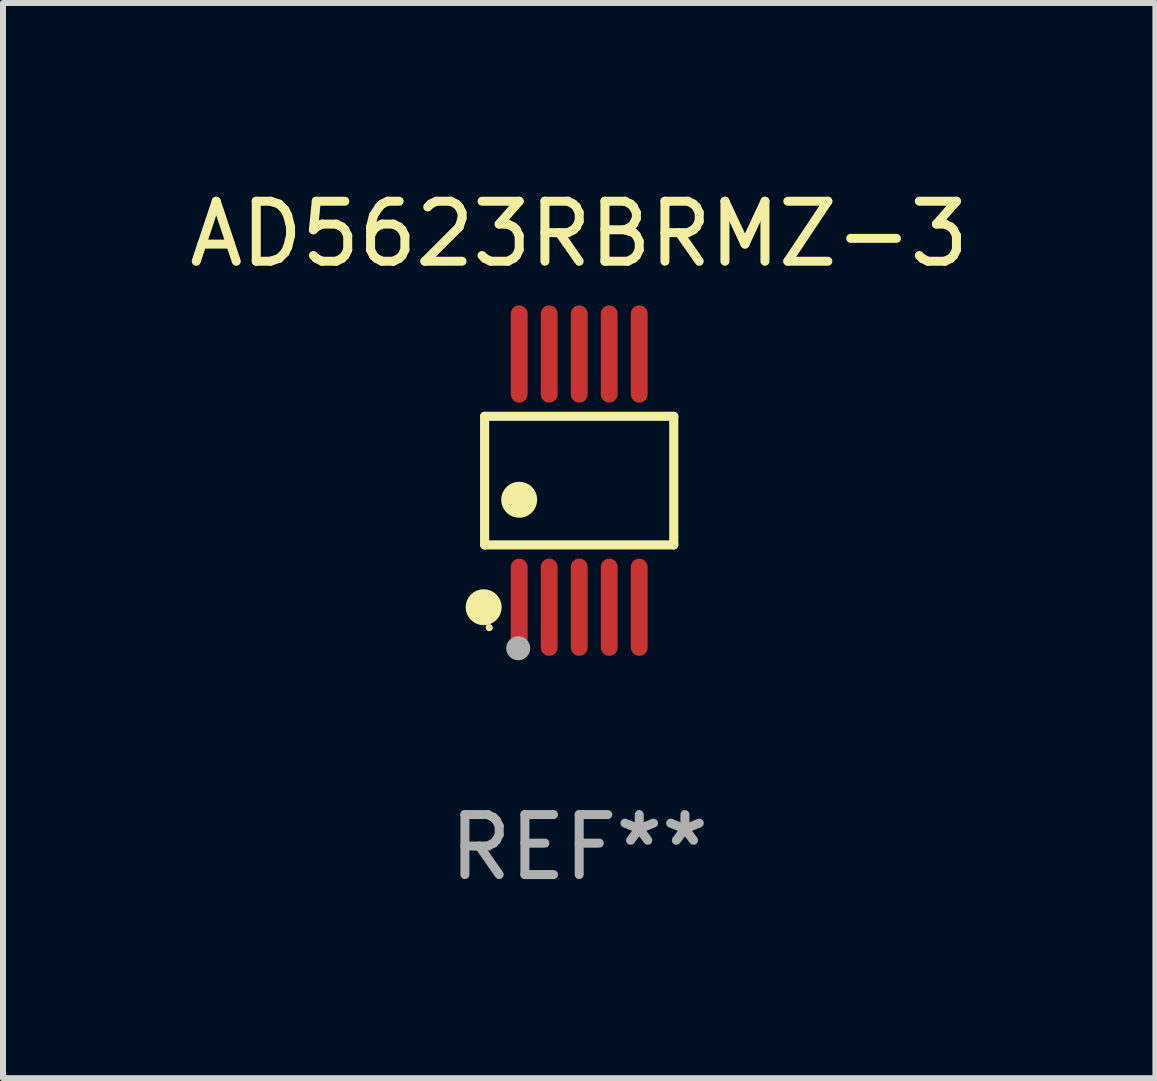
<source format=kicad_pcb>
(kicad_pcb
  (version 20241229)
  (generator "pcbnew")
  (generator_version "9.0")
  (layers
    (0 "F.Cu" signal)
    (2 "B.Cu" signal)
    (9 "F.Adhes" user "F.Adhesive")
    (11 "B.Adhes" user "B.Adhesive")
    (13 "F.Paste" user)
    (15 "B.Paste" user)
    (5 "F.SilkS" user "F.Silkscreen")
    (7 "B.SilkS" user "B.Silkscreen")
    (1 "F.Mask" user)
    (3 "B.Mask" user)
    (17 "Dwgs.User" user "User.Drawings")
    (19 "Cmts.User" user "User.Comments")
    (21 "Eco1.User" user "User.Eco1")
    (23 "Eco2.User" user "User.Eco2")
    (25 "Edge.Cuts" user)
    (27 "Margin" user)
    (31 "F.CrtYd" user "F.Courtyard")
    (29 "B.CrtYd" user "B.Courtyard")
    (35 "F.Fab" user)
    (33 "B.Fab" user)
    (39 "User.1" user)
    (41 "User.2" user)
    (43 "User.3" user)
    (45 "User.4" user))
  (footprint "AD5623RBRMZ-3"
    (layer "F.Cu")
    (at 6.601 4.958)
    (property "Reference" "AD5623RBRMZ-3" (at 0 -4.11 0) (layer "F.SilkS") (effects (font (size 1 1) (thickness 0.15))))
    (attr through_hole)
    (fp_line (start -1.576 -1.071) (end 1.576 -1.071) (stroke (width 0.152) (type solid)) (layer "F.SilkS"))
    (fp_line (start -1.576 1.071) (end -1.576 -1.071) (stroke (width 0.152) (type solid)) (layer "F.SilkS"))
    (fp_line (start 1.576 -1.071) (end 1.576 1.071) (stroke (width 0.152) (type solid)) (layer "F.SilkS"))
    (fp_line (start 1.576 1.071) (end -1.576 1.071) (stroke (width 0.152) (type solid)) (layer "F.SilkS"))
    (fp_circle (center -1.592 2.11) (end -1.442 2.11) (stroke (width 0.3) (type solid)) (fill no) (layer "F.SilkS"))
    (fp_circle (center -1.5 2.45) (end -1.47 2.45) (stroke (width 0.06) (type solid)) (fill no) (layer "F.SilkS"))
    (fp_circle (center -1 0.319) (end -0.85 0.319) (stroke (width 0.3) (type solid)) (fill no) (layer "F.SilkS"))
    (fp_circle (center -1.016 2.794) (end -0.916 2.794) (stroke (width 0.2) (type solid)) (fill no) (layer "F.Fab"))
    (fp_text user "REF**" (at 0 6.11 0) (layer "F.Fab") (effects (font (size 1 1) (thickness 0.15))))
    (pad "1" smd oval (at -1 2.11) (size 0.28 1.62) (layers "F.Cu" "F.Mask" "F.Paste"))
    (pad "2" smd oval (at -0.5 2.11) (size 0.28 1.62) (layers "F.Cu" "F.Mask" "F.Paste"))
    (pad "3" smd oval (at 0 2.11) (size 0.28 1.62) (layers "F.Cu" "F.Mask" "F.Paste"))
    (pad "4" smd oval (at 0.5 2.11) (size 0.28 1.62) (layers "F.Cu" "F.Mask" "F.Paste"))
    (pad "5" smd oval (at 1 2.11) (size 0.28 1.62) (layers "F.Cu" "F.Mask" "F.Paste"))
    (pad "6" smd oval (at 1 -2.11) (size 0.28 1.62) (layers "F.Cu" "F.Mask" "F.Paste"))
    (pad "7" smd oval (at 0.5 -2.11) (size 0.28 1.62) (layers "F.Cu" "F.Mask" "F.Paste"))
    (pad "8" smd oval (at 0 -2.11) (size 0.28 1.62) (layers "F.Cu" "F.Mask" "F.Paste"))
    (pad "9" smd oval (at -0.5 -2.11) (size 0.28 1.62) (layers "F.Cu" "F.Mask" "F.Paste"))
    (pad "10" smd oval (at -1 -2.11) (size 0.28 1.62) (layers "F.Cu" "F.Mask" "F.Paste")))
  (gr_rect
    (start -3 -3)
    (end 16.202 14.916)
    (stroke (width 0.1) (type default))
    (fill no)
    (layer "Edge.Cuts")))
</source>
